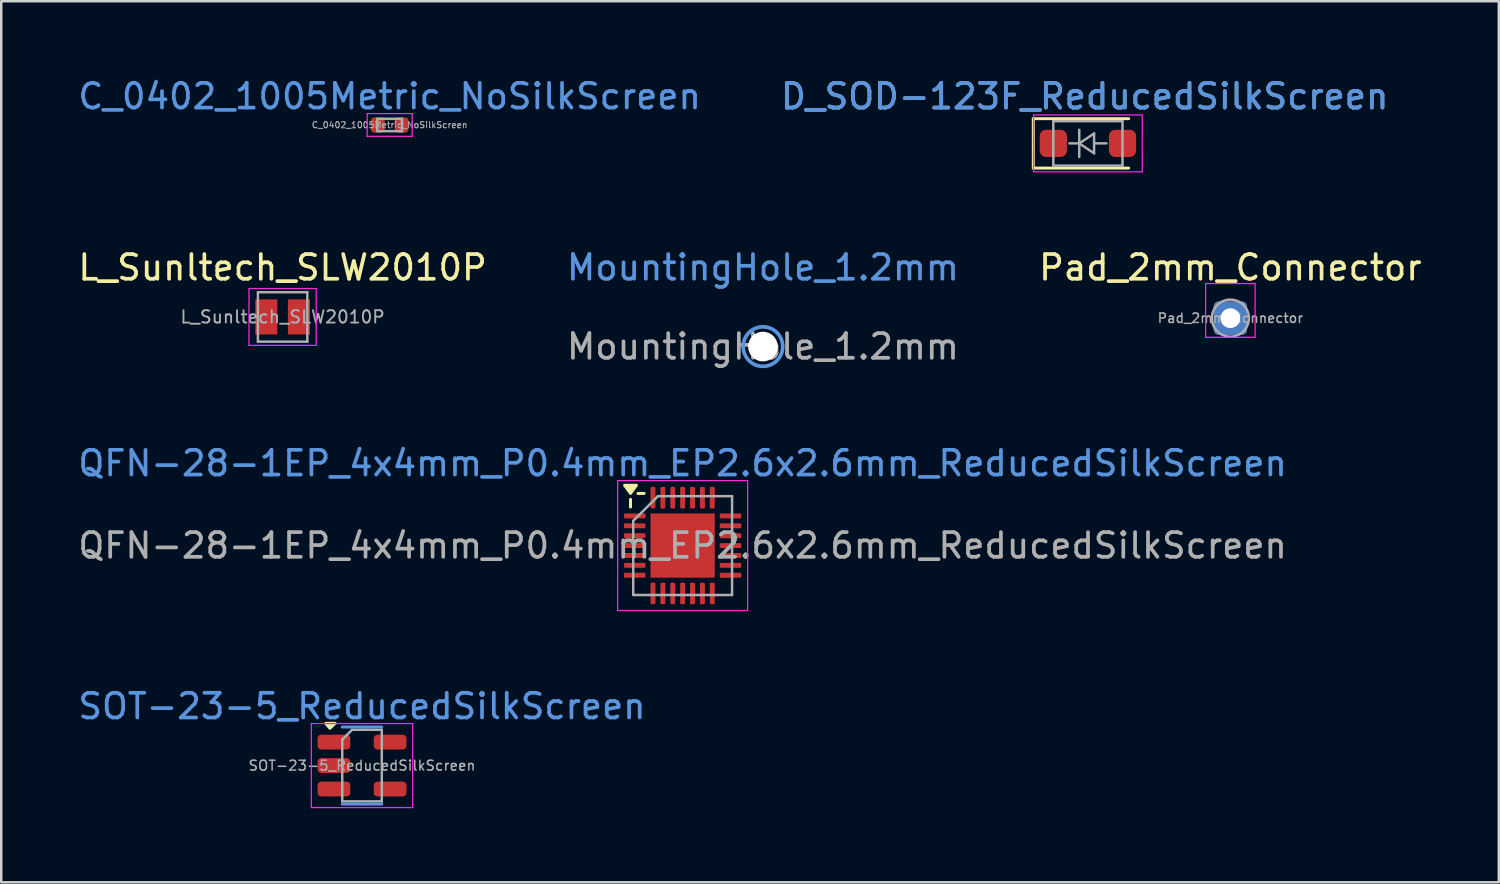
<source format=kicad_pcb>
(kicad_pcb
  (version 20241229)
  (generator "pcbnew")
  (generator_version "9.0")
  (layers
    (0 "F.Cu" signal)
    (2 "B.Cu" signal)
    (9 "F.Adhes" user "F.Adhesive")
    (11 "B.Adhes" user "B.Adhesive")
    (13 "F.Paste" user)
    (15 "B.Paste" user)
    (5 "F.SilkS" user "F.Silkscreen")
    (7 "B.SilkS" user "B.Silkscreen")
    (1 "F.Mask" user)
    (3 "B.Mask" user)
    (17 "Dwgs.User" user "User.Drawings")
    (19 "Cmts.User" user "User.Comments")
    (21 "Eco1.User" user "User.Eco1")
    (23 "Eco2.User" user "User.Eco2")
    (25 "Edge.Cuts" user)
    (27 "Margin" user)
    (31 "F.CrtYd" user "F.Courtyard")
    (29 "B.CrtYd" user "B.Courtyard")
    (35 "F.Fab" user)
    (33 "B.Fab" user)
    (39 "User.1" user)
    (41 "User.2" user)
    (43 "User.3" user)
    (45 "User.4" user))
  (footprint "QFN-28-1EP_4x4mm_P0.4mm_EP2.6x2.6mm_ReducedSilkScreen"
    (layer "F.Cu")
    (at 24.577 19.03)
    (property "Reference" "QFN-28-1EP_4x4mm_P0.4mm_EP2.6x2.6mm_ReducedSilkScreen" (at 0 -3.33 180) (layer "Cmts.User") (effects (font (size 1 1) (thickness 0.15))))
    (attr smd)
    (fp_line (start -2.11 -1.56) (end -2.11 -1.87) (stroke (width 0.12) (type solid)) (layer "F.SilkS"))
    (fp_line (start -1.56 -2.11) (end -1.81 -2.11) (stroke (width 0.12) (type solid)) (layer "F.SilkS"))
    (fp_poly (pts (xy -2.11 -2.11) (xy -2.35 -2.44) (xy -1.87 -2.44) (xy -2.11 -2.11)) (stroke (width 0.12) (type solid)) (fill yes) (layer "F.SilkS"))
    (fp_line (start -2.63 -2.63) (end -2.63 2.63) (stroke (width 0.05) (type solid)) (layer "F.CrtYd"))
    (fp_line (start -2.63 2.63) (end 2.63 2.63) (stroke (width 0.05) (type solid)) (layer "F.CrtYd"))
    (fp_line (start 2.63 -2.63) (end -2.63 -2.63) (stroke (width 0.05) (type solid)) (layer "F.CrtYd"))
    (fp_line (start 2.63 2.63) (end 2.63 -2.63) (stroke (width 0.05) (type solid)) (layer "F.CrtYd"))
    (fp_line (start -2 -1) (end -1 -2) (stroke (width 0.1) (type solid)) (layer "F.Fab"))
    (fp_line (start -2 2) (end -2 -1) (stroke (width 0.1) (type solid)) (layer "F.Fab"))
    (fp_line (start -1 -2) (end 2 -2) (stroke (width 0.1) (type solid)) (layer "F.Fab"))
    (fp_line (start 2 -2) (end 2 2) (stroke (width 0.1) (type solid)) (layer "F.Fab"))
    (fp_line (start 2 2) (end -2 2) (stroke (width 0.1) (type solid)) (layer "F.Fab"))
    (fp_text user "${REFERENCE}" (at 0 0 180) (layer "F.Fab") (effects (font (size 1 1) (thickness 0.15))))
    (pad "" smd roundrect (at -0.65 -0.65) (size 1.05 1.05) (layers "F.Paste") (roundrect_rratio 0.238))
    (pad "" smd roundrect (at -0.65 0.65) (size 1.05 1.05) (layers "F.Paste") (roundrect_rratio 0.238))
    (pad "" smd roundrect (at 0.65 -0.65) (size 1.05 1.05) (layers "F.Paste") (roundrect_rratio 0.238))
    (pad "" smd roundrect (at 0.65 0.65) (size 1.05 1.05) (layers "F.Paste") (roundrect_rratio 0.238))
    (pad "1" smd roundrect (at -1.938 -1.2) (size 0.875 0.2) (layers "F.Cu" "F.Mask" "F.Paste") (roundrect_rratio 0.25))
    (pad "2" smd roundrect (at -1.938 -0.8) (size 0.875 0.2) (layers "F.Cu" "F.Mask" "F.Paste") (roundrect_rratio 0.25))
    (pad "3" smd roundrect (at -1.938 -0.4) (size 0.875 0.2) (layers "F.Cu" "F.Mask" "F.Paste") (roundrect_rratio 0.25))
    (pad "4" smd roundrect (at -1.938 0) (size 0.875 0.2) (layers "F.Cu" "F.Mask" "F.Paste") (roundrect_rratio 0.25))
    (pad "5" smd roundrect (at -1.938 0.4) (size 0.875 0.2) (layers "F.Cu" "F.Mask" "F.Paste") (roundrect_rratio 0.25))
    (pad "6" smd roundrect (at -1.938 0.8) (size 0.875 0.2) (layers "F.Cu" "F.Mask" "F.Paste") (roundrect_rratio 0.25))
    (pad "7" smd roundrect (at -1.938 1.2) (size 0.875 0.2) (layers "F.Cu" "F.Mask" "F.Paste") (roundrect_rratio 0.25))
    (pad "8" smd roundrect (at -1.2 1.938) (size 0.2 0.875) (layers "F.Cu" "F.Mask" "F.Paste") (roundrect_rratio 0.25))
    (pad "9" smd roundrect (at -0.8 1.938) (size 0.2 0.875) (layers "F.Cu" "F.Mask" "F.Paste") (roundrect_rratio 0.25))
    (pad "10" smd roundrect (at -0.4 1.938) (size 0.2 0.875) (layers "F.Cu" "F.Mask" "F.Paste") (roundrect_rratio 0.25))
    (pad "11" smd roundrect (at 0 1.938) (size 0.2 0.875) (layers "F.Cu" "F.Mask" "F.Paste") (roundrect_rratio 0.25))
    (pad "12" smd roundrect (at 0.4 1.938) (size 0.2 0.875) (layers "F.Cu" "F.Mask" "F.Paste") (roundrect_rratio 0.25))
    (pad "13" smd roundrect (at 0.8 1.938) (size 0.2 0.875) (layers "F.Cu" "F.Mask" "F.Paste") (roundrect_rratio 0.25))
    (pad "14" smd roundrect (at 1.2 1.938) (size 0.2 0.875) (layers "F.Cu" "F.Mask" "F.Paste") (roundrect_rratio 0.25))
    (pad "15" smd roundrect (at 1.938 1.2) (size 0.875 0.2) (layers "F.Cu" "F.Mask" "F.Paste") (roundrect_rratio 0.25))
    (pad "16" smd roundrect (at 1.938 0.8) (size 0.875 0.2) (layers "F.Cu" "F.Mask" "F.Paste") (roundrect_rratio 0.25))
    (pad "17" smd roundrect (at 1.938 0.4) (size 0.875 0.2) (layers "F.Cu" "F.Mask" "F.Paste") (roundrect_rratio 0.25))
    (pad "18" smd roundrect (at 1.938 0) (size 0.875 0.2) (layers "F.Cu" "F.Mask" "F.Paste") (roundrect_rratio 0.25))
    (pad "19" smd roundrect (at 1.938 -0.4) (size 0.875 0.2) (layers "F.Cu" "F.Mask" "F.Paste") (roundrect_rratio 0.25))
    (pad "20" smd roundrect (at 1.938 -0.8) (size 0.875 0.2) (layers "F.Cu" "F.Mask" "F.Paste") (roundrect_rratio 0.25))
    (pad "21" smd roundrect (at 1.938 -1.2) (size 0.875 0.2) (layers "F.Cu" "F.Mask" "F.Paste") (roundrect_rratio 0.25))
    (pad "22" smd roundrect (at 1.2 -1.938) (size 0.2 0.875) (layers "F.Cu" "F.Mask" "F.Paste") (roundrect_rratio 0.25))
    (pad "23" smd roundrect (at 0.8 -1.938) (size 0.2 0.875) (layers "F.Cu" "F.Mask" "F.Paste") (roundrect_rratio 0.25))
    (pad "24" smd roundrect (at 0.4 -1.938) (size 0.2 0.875) (layers "F.Cu" "F.Mask" "F.Paste") (roundrect_rratio 0.25))
    (pad "25" smd roundrect (at 0 -1.938) (size 0.2 0.875) (layers "F.Cu" "F.Mask" "F.Paste") (roundrect_rratio 0.25))
    (pad "26" smd roundrect (at -0.4 -1.938) (size 0.2 0.875) (layers "F.Cu" "F.Mask" "F.Paste") (roundrect_rratio 0.25))
    (pad "27" smd roundrect (at -0.8 -1.938) (size 0.2 0.875) (layers "F.Cu" "F.Mask" "F.Paste") (roundrect_rratio 0.25))
    (pad "28" smd roundrect (at -1.2 -1.938) (size 0.2 0.875) (layers "F.Cu" "F.Mask" "F.Paste") (roundrect_rratio 0.25))
    (pad "29" smd rect (at 0 0) (size 2.6 2.6) (property pad_prop_heatsink) (layers "F.Cu" "F.Mask")))
  (footprint "C_0402_1005Metric_NoSilkScreen"
    (layer "F.Cu")
    (at 12.72 2.008)
    (property "Reference" "C_0402_1005Metric_NoSilkScreen" (at 0 -1.16 0) (layer "Cmts.User") (effects (font (size 1 1) (thickness 0.15))))
    (attr smd)
    (fp_line (start -0.91 -0.46) (end 0.91 -0.46) (stroke (width 0.05) (type solid)) (layer "F.CrtYd"))
    (fp_line (start -0.91 0.46) (end -0.91 -0.46) (stroke (width 0.05) (type solid)) (layer "F.CrtYd"))
    (fp_line (start 0.91 -0.46) (end 0.91 0.46) (stroke (width 0.05) (type solid)) (layer "F.CrtYd"))
    (fp_line (start 0.91 0.46) (end -0.91 0.46) (stroke (width 0.05) (type solid)) (layer "F.CrtYd"))
    (fp_line (start -0.5 -0.25) (end 0.5 -0.25) (stroke (width 0.1) (type solid)) (layer "F.Fab"))
    (fp_line (start -0.5 0.25) (end -0.5 -0.25) (stroke (width 0.1) (type solid)) (layer "F.Fab"))
    (fp_line (start 0.5 -0.25) (end 0.5 0.25) (stroke (width 0.1) (type solid)) (layer "F.Fab"))
    (fp_line (start 0.5 0.25) (end -0.5 0.25) (stroke (width 0.1) (type solid)) (layer "F.Fab"))
    (fp_text user "${REFERENCE}" (at 0 0 0) (layer "F.Fab") (effects (font (size 0.25 0.25) (thickness 0.04))))
    (pad "1" smd roundrect (at -0.48 0) (size 0.56 0.62) (layers "F.Cu" "F.Mask" "F.Paste") (roundrect_rratio 0.25))
    (pad "2" smd roundrect (at 0.48 0) (size 0.56 0.62) (layers "F.Cu" "F.Mask" "F.Paste") (roundrect_rratio 0.25)))
  (footprint "MountingHole_1.2mm"
    (layer "F.Cu")
    (at 27.827 10.976)
    (property "Reference" "MountingHole_1.2mm" (at 0 -3.2 0) (layer "Cmts.User") (effects (font (size 1 1) (thickness 0.15))))
    (attr exclude_from_pos_files exclude_from_bom)
    (fp_circle (center 0 0) (end 0.8 0) (stroke (width 0.15) (type solid)) (fill no) (layer "Cmts.User"))
    (fp_circle (center 0 0) (end 0.8 0) (stroke (width 0.05) (type solid)) (fill no) (layer "F.CrtYd"))
    (fp_text user "${REFERENCE}" (at 0 0 0) (layer "F.Fab") (effects (font (size 1 1) (thickness 0.15))))
    (pad "" np_thru_hole circle (at 0 0) (size 1.2 1.2) (drill 1.2) (layers "*.Cu" "*.Mask")))
  (footprint "SOT-23-5_ReducedSilkScreen"
    (layer "F.Cu")
    (at 11.601 27.933)
    (property "Reference" "SOT-23-5_ReducedSilkScreen" (at 0 -2.4 0) (layer "Cmts.User") (effects (font (size 1 1) (thickness 0.15))))
    (attr smd)
    (fp_poly (pts (xy -1.3 -1.51) (xy -1.47 -1.71) (xy -1.09 -1.71) (xy -1.3 -1.51)) (stroke (width 0.12) (type solid)) (fill yes) (layer "F.SilkS"))
    (fp_line (start 0 -1.56) (end -0.8 -1.56) (stroke (width 0.12) (type solid)) (layer "Cmts.User"))
    (fp_line (start 0 -1.56) (end 0.8 -1.56) (stroke (width 0.12) (type solid)) (layer "Cmts.User"))
    (fp_line (start 0 1.56) (end -0.8 1.56) (stroke (width 0.12) (type solid)) (layer "Cmts.User"))
    (fp_line (start 0 1.56) (end 0.8 1.56) (stroke (width 0.12) (type solid)) (layer "Cmts.User"))
    (fp_line (start -2.05 -1.7) (end -2.05 1.7) (stroke (width 0.05) (type solid)) (layer "F.CrtYd"))
    (fp_line (start -2.05 1.7) (end 2.05 1.7) (stroke (width 0.05) (type solid)) (layer "F.CrtYd"))
    (fp_line (start 2.05 -1.7) (end -2.05 -1.7) (stroke (width 0.05) (type solid)) (layer "F.CrtYd"))
    (fp_line (start 2.05 1.7) (end 2.05 -1.7) (stroke (width 0.05) (type solid)) (layer "F.CrtYd"))
    (fp_line (start -0.8 -1.05) (end -0.4 -1.45) (stroke (width 0.1) (type solid)) (layer "F.Fab"))
    (fp_line (start -0.8 1.45) (end -0.8 -1.05) (stroke (width 0.1) (type solid)) (layer "F.Fab"))
    (fp_line (start -0.4 -1.45) (end 0.8 -1.45) (stroke (width 0.1) (type solid)) (layer "F.Fab"))
    (fp_line (start 0.8 -1.45) (end 0.8 1.45) (stroke (width 0.1) (type solid)) (layer "F.Fab"))
    (fp_line (start 0.8 1.45) (end -0.8 1.45) (stroke (width 0.1) (type solid)) (layer "F.Fab"))
    (fp_text user "${REFERENCE}" (at 0 0 0) (layer "F.Fab") (effects (font (size 0.4 0.4) (thickness 0.06))))
    (pad "1" smd roundrect (at -1.137 -0.95) (size 1.325 0.6) (layers "F.Cu" "F.Mask" "F.Paste") (roundrect_rratio 0.25))
    (pad "2" smd roundrect (at -1.137 0) (size 1.325 0.6) (layers "F.Cu" "F.Mask" "F.Paste") (roundrect_rratio 0.25))
    (pad "3" smd roundrect (at -1.137 0.95) (size 1.325 0.6) (layers "F.Cu" "F.Mask" "F.Paste") (roundrect_rratio 0.25))
    (pad "4" smd roundrect (at 1.137 0.95) (size 1.325 0.6) (layers "F.Cu" "F.Mask" "F.Paste") (roundrect_rratio 0.25))
    (pad "5" smd roundrect (at 1.137 -0.95) (size 1.325 0.6) (layers "F.Cu" "F.Mask" "F.Paste") (roundrect_rratio 0.25)))
  (footprint "Pad_2mm_Connector"
    (layer "F.Cu")
    (at 46.744 9.826)
    (property "Reference" "Pad_2mm_Connector" (at 0 -2.05 0) (layer "F.SilkS") (effects (font (size 1 1) (thickness 0.15))))
    (attr exclude_from_pos_files)
    (fp_line (start -1 -1.4) (end -1 0.775) (stroke (width 0.05) (type solid)) (layer "F.CrtYd"))
    (fp_line (start -1 0.775) (end 1 0.775) (stroke (width 0.05) (type solid)) (layer "F.CrtYd"))
    (fp_line (start 1 -1.4) (end -1 -1.4) (stroke (width 0.05) (type solid)) (layer "F.CrtYd"))
    (fp_line (start 1 0.775) (end 1 -1.4) (stroke (width 0.05) (type solid)) (layer "F.CrtYd"))
    (fp_circle (center 0 0) (end 0.75 0) (stroke (width 0.1) (type solid)) (fill no) (layer "F.Fab"))
    (fp_text user "${REFERENCE}" (at 0 0 0) (layer "F.Fab") (effects (font (size 0.38 0.38) (thickness 0.06))))
    (pad "1" thru_hole roundrect (at 0 0) (size 1.35 1.35) (drill 0.8) (layers "*.Cu" "*.Mask") (roundrect_rratio 0.147)))
  (footprint "L_Sunltech_SLW2010P"
    (layer "F.Cu")
    (at 8.387 9.777)
    (property "Reference" "L_Sunltech_SLW2010P" (at 0 -2 0) (layer "F.SilkS") (effects (font (size 1 1) (thickness 0.15))))
    (attr smd)
    (fp_line (start -1.36 -1.15) (end -1.36 1.15) (stroke (width 0.05) (type solid)) (layer "F.CrtYd"))
    (fp_line (start -1.36 1.15) (end 1.36 1.15) (stroke (width 0.05) (type solid)) (layer "F.CrtYd"))
    (fp_line (start 1.36 -1.15) (end -1.36 -1.15) (stroke (width 0.05) (type solid)) (layer "F.CrtYd"))
    (fp_line (start 1.36 1.15) (end 1.36 -1.15) (stroke (width 0.05) (type solid)) (layer "F.CrtYd"))
    (fp_line (start -1 -1) (end -1 1) (stroke (width 0.1) (type solid)) (layer "F.Fab"))
    (fp_line (start -1 1) (end 1 1) (stroke (width 0.1) (type solid)) (layer "F.Fab"))
    (fp_line (start 1 -1) (end -1 -1) (stroke (width 0.1) (type solid)) (layer "F.Fab"))
    (fp_line (start 1 1) (end 1 -1) (stroke (width 0.1) (type solid)) (layer "F.Fab"))
    (fp_text user "${REFERENCE}" (at 0 0 0) (layer "F.Fab") (effects (font (size 0.5 0.5) (thickness 0.075))))
    (pad "1" smd rect (at -0.66 0) (size 0.89 1.42) (layers "F.Cu" "F.Mask" "F.Paste"))
    (pad "2" smd rect (at 0.66 0) (size 0.89 1.42) (layers "F.Cu" "F.Mask" "F.Paste")))
  (footprint "D_SOD-123F_ReducedSilkScreen"
    (layer "F.Cu")
    (at 40.978 2.753)
    (property "Reference" "D_SOD-123F_ReducedSilkScreen" (at -0.127 -1.905 180) (layer "Cmts.User") (effects (font (size 1 1) (thickness 0.15))))
    (attr smd)
    (fp_line (start -2.21 -1) (end -2.21 1) (stroke (width 0.12) (type solid)) (layer "F.SilkS"))
    (fp_line (start -2.21 -1) (end 1.65 -1) (stroke (width 0.12) (type solid)) (layer "F.SilkS"))
    (fp_line (start -2.21 1) (end 1.65 1) (stroke (width 0.12) (type solid)) (layer "F.SilkS"))
    (fp_line (start -2.2 -1.15) (end -2.2 1.15) (stroke (width 0.05) (type solid)) (layer "F.CrtYd"))
    (fp_line (start -2.2 -1.15) (end 2.2 -1.15) (stroke (width 0.05) (type solid)) (layer "F.CrtYd"))
    (fp_line (start 2.2 -1.15) (end 2.2 1.15) (stroke (width 0.05) (type solid)) (layer "F.CrtYd"))
    (fp_line (start 2.2 1.15) (end -2.2 1.15) (stroke (width 0.05) (type solid)) (layer "F.CrtYd"))
    (fp_line (start -1.4 -0.9) (end 1.4 -0.9) (stroke (width 0.1) (type solid)) (layer "F.Fab"))
    (fp_line (start -1.4 0.9) (end -1.4 -0.9) (stroke (width 0.1) (type solid)) (layer "F.Fab"))
    (fp_line (start -0.75 0) (end -0.35 0) (stroke (width 0.1) (type solid)) (layer "F.Fab"))
    (fp_line (start -0.35 0) (end -0.35 -0.55) (stroke (width 0.1) (type solid)) (layer "F.Fab"))
    (fp_line (start -0.35 0) (end -0.35 0.55) (stroke (width 0.1) (type solid)) (layer "F.Fab"))
    (fp_line (start -0.35 0) (end 0.25 -0.4) (stroke (width 0.1) (type solid)) (layer "F.Fab"))
    (fp_line (start 0.25 -0.4) (end 0.25 0.4) (stroke (width 0.1) (type solid)) (layer "F.Fab"))
    (fp_line (start 0.25 0) (end 0.75 0) (stroke (width 0.1) (type solid)) (layer "F.Fab"))
    (fp_line (start 0.25 0.4) (end -0.35 0) (stroke (width 0.1) (type solid)) (layer "F.Fab"))
    (fp_line (start 1.4 -0.9) (end 1.4 0.9) (stroke (width 0.1) (type solid)) (layer "F.Fab"))
    (fp_line (start 1.4 0.9) (end -1.4 0.9) (stroke (width 0.1) (type solid)) (layer "F.Fab"))
    (fp_text user "${REFERENCE}" (at -0.127 -1.905 180) (layer "F.Fab") (effects (font (size 1 1) (thickness 0.15))))
    (pad "1" smd roundrect (at -1.4 0) (size 1.1 1.1) (layers "F.Cu" "F.Mask" "F.Paste") (roundrect_rratio 0.227))
    (pad "2" smd roundrect (at 1.4 0) (size 1.1 1.1) (layers "F.Cu" "F.Mask" "F.Paste") (roundrect_rratio 0.227)))
  (gr_rect
    (start -3 -3)
    (end 57.607 32.658)
    (stroke (width 0.1) (type default))
    (fill no)
    (layer "Edge.Cuts")))
</source>
